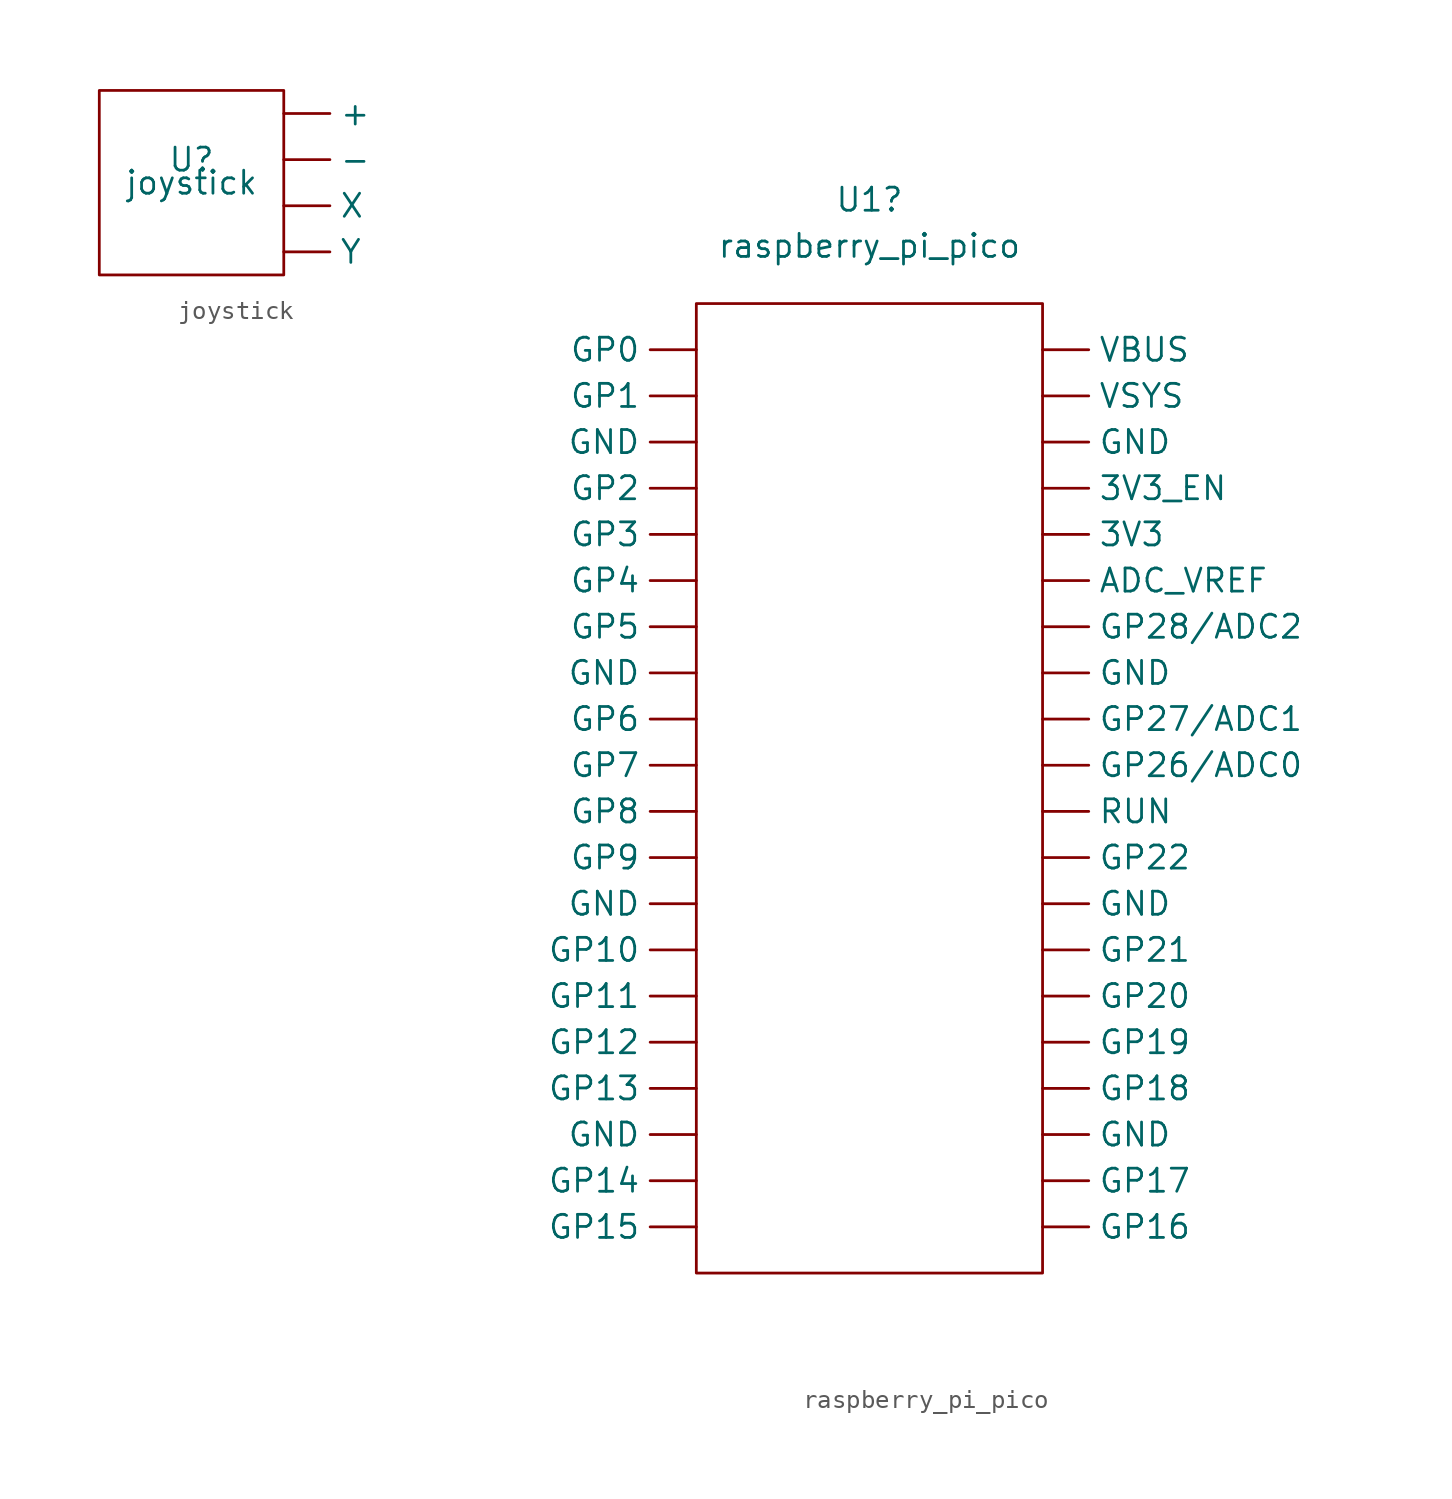
<source format=kicad_sym>
(kicad_symbol_lib
  (version 20211014)
  (generator kicad_symbol_editor)
  (symbol "joystick"
    (property "Reference" "U"
      (at 0 0 0)
      (effects (font (size 1.27 1.27))))
    (property "Value" "joystick"
      (at 0 -1.27 0)
      (effects (font (size 1.27 1.27))))
    (symbol "joystick_0_1"
      (rectangle (start -5.08 3.81) (end 5.08 -6.35) (stroke (width 0) (type default) (color 0 0 0 0)) (fill (type none))))
    (symbol "joystick_1_1"
      (pin input line (at 5.08 2.54 0) (length 2.54) (name "+" (effects (font (size 1.27 1.27)))) (number "" (effects (font (size 1.27 1.27)))))
      (pin input line (at 5.08 0 0) (length 2.54) (name "-" (effects (font (size 1.27 1.27)))) (number "" (effects (font (size 1.27 1.27)))))
      (pin input line (at 5.08 -2.54 0) (length 2.54) (name "X" (effects (font (size 1.27 1.27)))) (number "" (effects (font (size 1.27 1.27)))))
      (pin input line (at 5.08 -5.08 0) (length 2.54) (name "Y" (effects (font (size 1.27 1.27)))) (number "" (effects (font (size 1.27 1.27)))))))
  (symbol "raspberry_pi_pico"
    (pin_numbers hide)
    (property "Reference" "U1"
      (at -3.175 20.955 0)
      (effects (font (size 1.27 1.27))))
    (property "Value" "raspberry_pi_pico"
      (at -3.175 18.415 0)
      (effects (font (size 1.27 1.27))))
    (symbol "raspberry_pi_pico_0_1"
      (rectangle (start -12.7 15.24) (end 6.35 -38.1) (stroke (width 0) (type default) (color 0 0 0 0)) (fill (type none))))
    (symbol "raspberry_pi_pico_1_1"
      (pin bidirectional line (at -12.7 12.7 180) (length 2.54) (name "GP0" (effects (font (size 1.27 1.27)))) (number "1" (effects (font (size 1.27 1.27)))))
      (pin bidirectional line (at -12.7 -10.16 180) (length 2.54) (name "GP7" (effects (font (size 1.27 1.27)))) (number "10" (effects (font (size 1.27 1.27)))))
      (pin bidirectional line (at -12.7 -12.7 180) (length 2.54) (name "GP8" (effects (font (size 1.27 1.27)))) (number "11" (effects (font (size 1.27 1.27)))))
      (pin bidirectional line (at -12.7 -15.24 180) (length 2.54) (name "GP9" (effects (font (size 1.27 1.27)))) (number "12" (effects (font (size 1.27 1.27)))))
      (pin bidirectional line (at -12.7 -17.78 180) (length 2.54) (name "GND" (effects (font (size 1.27 1.27)))) (number "13" (effects (font (size 1.27 1.27)))))
      (pin bidirectional line (at -12.7 -20.32 180) (length 2.54) (name "GP10" (effects (font (size 1.27 1.27)))) (number "14" (effects (font (size 1.27 1.27)))))
      (pin bidirectional line (at -12.7 -22.86 180) (length 2.54) (name "GP11" (effects (font (size 1.27 1.27)))) (number "15" (effects (font (size 1.27 1.27)))))
      (pin bidirectional line (at -12.7 -25.4 180) (length 2.54) (name "GP12" (effects (font (size 1.27 1.27)))) (number "16" (effects (font (size 1.27 1.27)))))
      (pin bidirectional line (at -12.7 -27.94 180) (length 2.54) (name "GP13" (effects (font (size 1.27 1.27)))) (number "17" (effects (font (size 1.27 1.27)))))
      (pin bidirectional line (at -12.7 -30.48 180) (length 2.54) (name "GND" (effects (font (size 1.27 1.27)))) (number "18" (effects (font (size 1.27 1.27)))))
      (pin bidirectional line (at -12.7 -33.02 180) (length 2.54) (name "GP14" (effects (font (size 1.27 1.27)))) (number "19" (effects (font (size 1.27 1.27)))))
      (pin bidirectional line (at -12.7 10.16 180) (length 2.54) (name "GP1" (effects (font (size 1.27 1.27)))) (number "2" (effects (font (size 1.27 1.27)))))
      (pin bidirectional line (at -12.7 -35.56 180) (length 2.54) (name "GP15" (effects (font (size 1.27 1.27)))) (number "20" (effects (font (size 1.27 1.27)))))
      (pin bidirectional line (at 6.35 -35.56 0) (length 2.54) (name "GP16" (effects (font (size 1.27 1.27)))) (number "21" (effects (font (size 1.27 1.27)))))
      (pin bidirectional line (at 6.35 -33.02 0) (length 2.54) (name "GP17" (effects (font (size 1.27 1.27)))) (number "22" (effects (font (size 1.27 1.27)))))
      (pin bidirectional line (at 6.35 -30.48 0) (length 2.54) (name "GND" (effects (font (size 1.27 1.27)))) (number "23" (effects (font (size 1.27 1.27)))))
      (pin bidirectional line (at 6.35 -27.94 0) (length 2.54) (name "GP18" (effects (font (size 1.27 1.27)))) (number "24" (effects (font (size 1.27 1.27)))))
      (pin bidirectional line (at 6.35 -25.4 0) (length 2.54) (name "GP19" (effects (font (size 1.27 1.27)))) (number "25" (effects (font (size 1.27 1.27)))))
      (pin bidirectional line (at 6.35 -22.86 0) (length 2.54) (name "GP20" (effects (font (size 1.27 1.27)))) (number "26" (effects (font (size 1.27 1.27)))))
      (pin bidirectional line (at 6.35 -20.32 0) (length 2.54) (name "GP21" (effects (font (size 1.27 1.27)))) (number "27" (effects (font (size 1.27 1.27)))))
      (pin bidirectional line (at 6.35 -17.78 0) (length 2.54) (name "GND" (effects (font (size 1.27 1.27)))) (number "28" (effects (font (size 1.27 1.27)))))
      (pin bidirectional line (at 6.35 -15.24 0) (length 2.54) (name "GP22" (effects (font (size 1.27 1.27)))) (number "29" (effects (font (size 1.27 1.27)))))
      (pin bidirectional line (at -12.7 7.62 180) (length 2.54) (name "GND" (effects (font (size 1.27 1.27)))) (number "3" (effects (font (size 1.27 1.27)))))
      (pin bidirectional line (at 6.35 -12.7 0) (length 2.54) (name "RUN" (effects (font (size 1.27 1.27)))) (number "30" (effects (font (size 1.27 1.27)))))
      (pin bidirectional line (at 6.35 -10.16 0) (length 2.54) (name "GP26/ADC0" (effects (font (size 1.27 1.27)))) (number "31" (effects (font (size 1.27 1.27)))))
      (pin bidirectional line (at 6.35 -7.62 0) (length 2.54) (name "GP27/ADC1" (effects (font (size 1.27 1.27)))) (number "32" (effects (font (size 1.27 1.27)))))
      (pin bidirectional line (at 6.35 -5.08 0) (length 2.54) (name "GND" (effects (font (size 1.27 1.27)))) (number "33" (effects (font (size 1.27 1.27)))))
      (pin bidirectional line (at 6.35 -2.54 0) (length 2.54) (name "GP28/ADC2" (effects (font (size 1.27 1.27)))) (number "34" (effects (font (size 1.27 1.27)))))
      (pin output line (at 6.35 0 0) (length 2.54) (name "ADC_VREF" (effects (font (size 1.27 1.27)))) (number "35" (effects (font (size 1.27 1.27)))))
      (pin output line (at 6.35 2.54 0) (length 2.54) (name "3V3" (effects (font (size 1.27 1.27)))) (number "36" (effects (font (size 1.27 1.27)))))
      (pin bidirectional line (at 6.35 5.08 0) (length 2.54) (name "3V3_EN" (effects (font (size 1.27 1.27)))) (number "37" (effects (font (size 1.27 1.27)))))
      (pin bidirectional line (at 6.35 7.62 0) (length 2.54) (name "GND" (effects (font (size 1.27 1.27)))) (number "38" (effects (font (size 1.27 1.27)))))
      (pin bidirectional line (at 6.35 10.16 0) (length 2.54) (name "VSYS" (effects (font (size 1.27 1.27)))) (number "39" (effects (font (size 1.27 1.27)))))
      (pin bidirectional line (at -12.7 5.08 180) (length 2.54) (name "GP2" (effects (font (size 1.27 1.27)))) (number "4" (effects (font (size 1.27 1.27)))))
      (pin bidirectional line (at 6.35 12.7 0) (length 2.54) (name "VBUS" (effects (font (size 1.27 1.27)))) (number "40" (effects (font (size 1.27 1.27)))))
      (pin bidirectional line (at -12.7 2.54 180) (length 2.54) (name "GP3" (effects (font (size 1.27 1.27)))) (number "5" (effects (font (size 1.27 1.27)))))
      (pin bidirectional line (at -12.7 0 180) (length 2.54) (name "GP4" (effects (font (size 1.27 1.27)))) (number "6" (effects (font (size 1.27 1.27)))))
      (pin bidirectional line (at -12.7 -2.54 180) (length 2.54) (name "GP5" (effects (font (size 1.27 1.27)))) (number "7" (effects (font (size 1.27 1.27)))))
      (pin bidirectional line (at -12.7 -5.08 180) (length 2.54) (name "GND" (effects (font (size 1.27 1.27)))) (number "8" (effects (font (size 1.27 1.27)))))
      (pin bidirectional line (at -12.7 -7.62 180) (length 2.54) (name "GP6" (effects (font (size 1.27 1.27)))) (number "9" (effects (font (size 1.27 1.27))))))))
</source>
